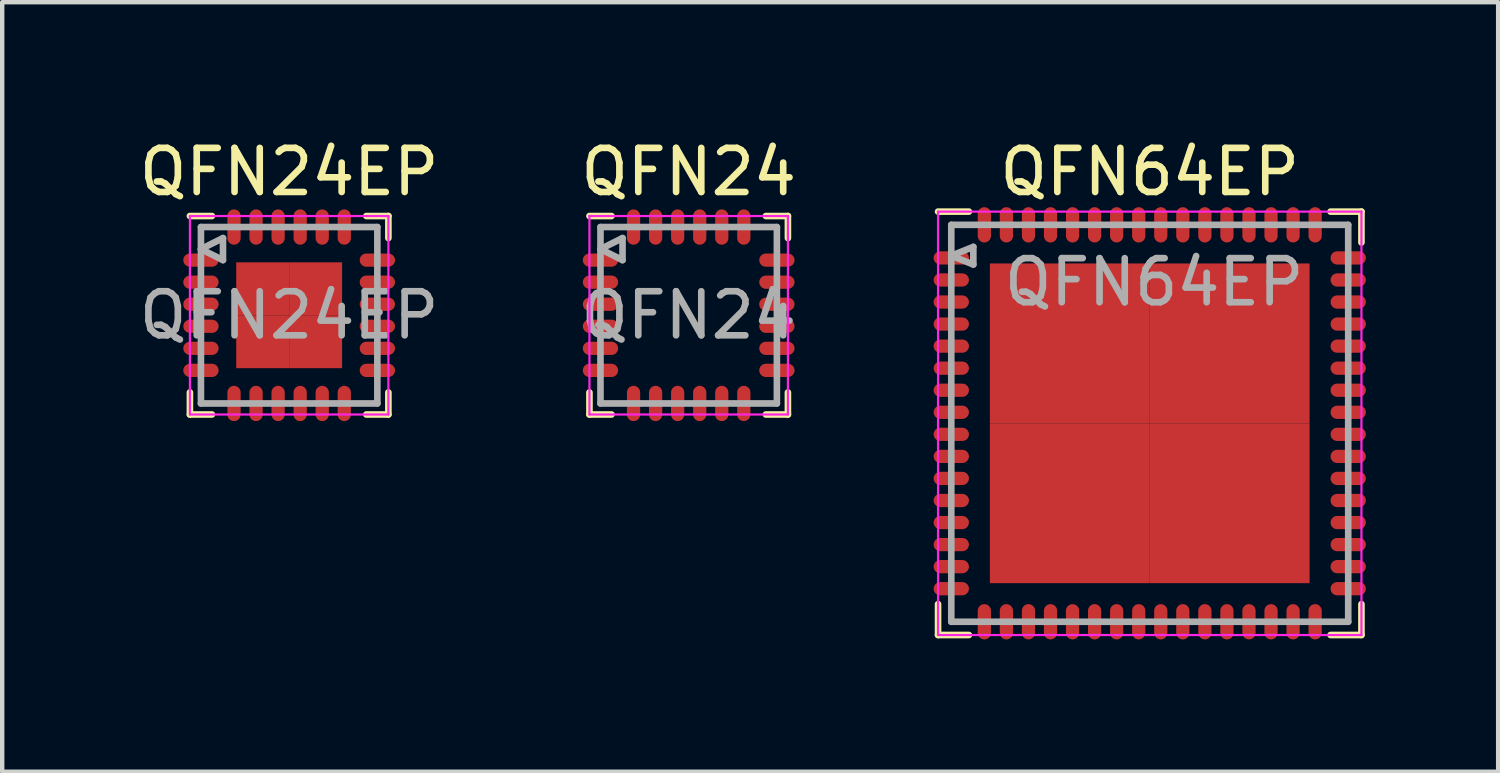
<source format=kicad_pcb>
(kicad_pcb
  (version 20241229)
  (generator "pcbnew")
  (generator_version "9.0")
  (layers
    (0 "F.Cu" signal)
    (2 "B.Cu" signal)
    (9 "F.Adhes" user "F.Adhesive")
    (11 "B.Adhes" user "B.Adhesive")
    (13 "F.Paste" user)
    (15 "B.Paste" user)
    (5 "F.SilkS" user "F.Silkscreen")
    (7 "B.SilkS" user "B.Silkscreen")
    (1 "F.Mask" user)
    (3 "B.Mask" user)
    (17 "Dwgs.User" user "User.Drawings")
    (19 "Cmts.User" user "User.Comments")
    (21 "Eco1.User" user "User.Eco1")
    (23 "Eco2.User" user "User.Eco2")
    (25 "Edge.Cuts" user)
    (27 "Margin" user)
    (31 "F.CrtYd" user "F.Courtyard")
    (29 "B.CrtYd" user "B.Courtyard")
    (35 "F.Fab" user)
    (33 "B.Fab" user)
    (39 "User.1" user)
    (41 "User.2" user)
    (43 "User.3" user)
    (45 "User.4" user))
  (footprint "QFN24EP"
    (layer "F.Cu")
    (at 3.506 4.098)
    (property "Reference" "QFN24EP" (at 0 -3.25 0) (layer "F.SilkS") (effects (font (size 1 1) (thickness 0.15))))
    (attr smd)
    (fp_line (start -2.25 -2.25) (end -1.75 -2.25) (stroke (width 0.15) (type solid)) (layer "F.SilkS"))
    (fp_line (start -2.25 2.25) (end -2.25 1.75) (stroke (width 0.15) (type solid)) (layer "F.SilkS"))
    (fp_line (start -2.25 2.25) (end -1.75 2.25) (stroke (width 0.15) (type solid)) (layer "F.SilkS"))
    (fp_line (start 2.25 -2.25) (end 1.75 -2.25) (stroke (width 0.15) (type solid)) (layer "F.SilkS"))
    (fp_line (start 2.25 -2.25) (end 2.25 -1.75) (stroke (width 0.15) (type solid)) (layer "F.SilkS"))
    (fp_line (start 2.25 2.25) (end 1.75 2.25) (stroke (width 0.15) (type solid)) (layer "F.SilkS"))
    (fp_line (start 2.25 2.25) (end 2.25 1.75) (stroke (width 0.15) (type solid)) (layer "F.SilkS"))
    (fp_line (start -2.25 -2.25) (end -2.25 2.25) (stroke (width 0.05) (type solid)) (layer "F.CrtYd"))
    (fp_line (start -2.25 -2.25) (end 2.25 -2.25) (stroke (width 0.05) (type solid)) (layer "F.CrtYd"))
    (fp_line (start -2.25 2.25) (end 2.25 2.25) (stroke (width 0.05) (type solid)) (layer "F.CrtYd"))
    (fp_line (start 2.25 -2.25) (end 2.25 2.25) (stroke (width 0.05) (type solid)) (layer "F.CrtYd"))
    (fp_line (start -2 -2) (end -2 2) (stroke (width 0.15) (type solid)) (layer "F.Fab"))
    (fp_line (start -2 -1.5) (end -1.5 -1.75) (stroke (width 0.15) (type solid)) (layer "F.Fab"))
    (fp_line (start -2 2) (end 2 2) (stroke (width 0.15) (type solid)) (layer "F.Fab"))
    (fp_line (start -1.5 -1.75) (end -1.5 -1.25) (stroke (width 0.15) (type solid)) (layer "F.Fab"))
    (fp_line (start -1.5 -1.25) (end -2 -1.5) (stroke (width 0.15) (type solid)) (layer "F.Fab"))
    (fp_line (start 2 -2) (end -2 -2) (stroke (width 0.15) (type solid)) (layer "F.Fab"))
    (fp_line (start 2 2) (end 2 -2) (stroke (width 0.15) (type solid)) (layer "F.Fab"))
    (fp_text user "${REFERENCE}" (at 0 0 0) (layer "F.Fab") (effects (font (size 1 1) (thickness 0.15))))
    (pad "1" smd oval (at -2 -1.25) (size 0.8 0.3) (layers "F.Cu" "F.Mask" "F.Paste"))
    (pad "2" smd oval (at -2 -0.75) (size 0.8 0.3) (layers "F.Cu" "F.Mask" "F.Paste"))
    (pad "3" smd oval (at -2 -0.25) (size 0.8 0.3) (layers "F.Cu" "F.Mask" "F.Paste"))
    (pad "4" smd oval (at -2 0.25) (size 0.8 0.3) (layers "F.Cu" "F.Mask" "F.Paste"))
    (pad "5" smd oval (at -2 0.75) (size 0.8 0.3) (layers "F.Cu" "F.Mask" "F.Paste"))
    (pad "6" smd oval (at -2 1.25) (size 0.8 0.3) (layers "F.Cu" "F.Mask" "F.Paste"))
    (pad "7" smd oval (at -1.25 2) (size 0.3 0.8) (layers "F.Cu" "F.Mask" "F.Paste"))
    (pad "8" smd oval (at -0.75 2) (size 0.3 0.8) (layers "F.Cu" "F.Mask" "F.Paste"))
    (pad "9" smd oval (at -0.25 2) (size 0.3 0.8) (layers "F.Cu" "F.Mask" "F.Paste"))
    (pad "10" smd oval (at 0.25 2) (size 0.3 0.8) (layers "F.Cu" "F.Mask" "F.Paste"))
    (pad "11" smd oval (at 0.75 2) (size 0.3 0.8) (layers "F.Cu" "F.Mask" "F.Paste"))
    (pad "12" smd oval (at 1.25 2) (size 0.3 0.8) (layers "F.Cu" "F.Mask" "F.Paste"))
    (pad "13" smd oval (at 2 1.25) (size 0.8 0.3) (layers "F.Cu" "F.Mask" "F.Paste"))
    (pad "14" smd oval (at 2 0.75) (size 0.8 0.3) (layers "F.Cu" "F.Mask" "F.Paste"))
    (pad "15" smd oval (at 2 0.25) (size 0.8 0.3) (layers "F.Cu" "F.Mask" "F.Paste"))
    (pad "16" smd oval (at 2 -0.25) (size 0.8 0.3) (layers "F.Cu" "F.Mask" "F.Paste"))
    (pad "17" smd oval (at 2 -0.75) (size 0.8 0.3) (layers "F.Cu" "F.Mask" "F.Paste"))
    (pad "18" smd oval (at 2 -1.25) (size 0.8 0.3) (layers "F.Cu" "F.Mask" "F.Paste"))
    (pad "19" smd oval (at 1.25 -2) (size 0.3 0.8) (layers "F.Cu" "F.Mask" "F.Paste"))
    (pad "20" smd oval (at 0.75 -2) (size 0.3 0.8) (layers "F.Cu" "F.Mask" "F.Paste"))
    (pad "21" smd oval (at 0.25 -2) (size 0.3 0.8) (layers "F.Cu" "F.Mask" "F.Paste"))
    (pad "22" smd oval (at -0.25 -2) (size 0.3 0.8) (layers "F.Cu" "F.Mask" "F.Paste"))
    (pad "23" smd oval (at -0.75 -2) (size 0.3 0.8) (layers "F.Cu" "F.Mask" "F.Paste"))
    (pad "24" smd oval (at -1.25 -2) (size 0.3 0.8) (layers "F.Cu" "F.Mask" "F.Paste"))
    (pad "25" smd rect (at -0.6 -0.6) (size 1.2 1.2) (layers "F.Cu" "F.Mask" "F.Paste"))
    (pad "25" smd rect (at -0.6 0.6) (size 1.2 1.2) (layers "F.Cu" "F.Mask" "F.Paste"))
    (pad "25" smd rect (at 0.6 -0.6) (size 1.2 1.2) (layers "F.Cu" "F.Mask" "F.Paste"))
    (pad "25" smd rect (at 0.6 0.6) (size 1.2 1.2) (layers "F.Cu" "F.Mask" "F.Paste")))
  (footprint "QFN24"
    (layer "F.Cu")
    (at 12.565 4.098)
    (property "Reference" "QFN24" (at 0 -3.25 0) (layer "F.SilkS") (effects (font (size 1 1) (thickness 0.15))))
    (attr smd)
    (fp_line (start -2.25 -2.25) (end -1.75 -2.25) (stroke (width 0.15) (type solid)) (layer "F.SilkS"))
    (fp_line (start -2.25 2.25) (end -2.25 1.75) (stroke (width 0.15) (type solid)) (layer "F.SilkS"))
    (fp_line (start -2.25 2.25) (end -1.75 2.25) (stroke (width 0.15) (type solid)) (layer "F.SilkS"))
    (fp_line (start 2.25 -2.25) (end 1.75 -2.25) (stroke (width 0.15) (type solid)) (layer "F.SilkS"))
    (fp_line (start 2.25 -2.25) (end 2.25 -1.75) (stroke (width 0.15) (type solid)) (layer "F.SilkS"))
    (fp_line (start 2.25 2.25) (end 1.75 2.25) (stroke (width 0.15) (type solid)) (layer "F.SilkS"))
    (fp_line (start 2.25 2.25) (end 2.25 1.75) (stroke (width 0.15) (type solid)) (layer "F.SilkS"))
    (fp_line (start -2.25 -2.25) (end -2.25 2.25) (stroke (width 0.05) (type solid)) (layer "F.CrtYd"))
    (fp_line (start -2.25 -2.25) (end 2.25 -2.25) (stroke (width 0.05) (type solid)) (layer "F.CrtYd"))
    (fp_line (start -2.25 2.25) (end 2.25 2.25) (stroke (width 0.05) (type solid)) (layer "F.CrtYd"))
    (fp_line (start 2.25 -2.25) (end 2.25 2.25) (stroke (width 0.05) (type solid)) (layer "F.CrtYd"))
    (fp_line (start -2 -2) (end -2 2) (stroke (width 0.15) (type solid)) (layer "F.Fab"))
    (fp_line (start -2 -1.5) (end -1.5 -1.75) (stroke (width 0.15) (type solid)) (layer "F.Fab"))
    (fp_line (start -2 2) (end 2 2) (stroke (width 0.15) (type solid)) (layer "F.Fab"))
    (fp_line (start -1.5 -1.75) (end -1.5 -1.25) (stroke (width 0.15) (type solid)) (layer "F.Fab"))
    (fp_line (start -1.5 -1.25) (end -2 -1.5) (stroke (width 0.15) (type solid)) (layer "F.Fab"))
    (fp_line (start 2 -2) (end -2 -2) (stroke (width 0.15) (type solid)) (layer "F.Fab"))
    (fp_line (start 2 2) (end 2 -2) (stroke (width 0.15) (type solid)) (layer "F.Fab"))
    (fp_text user "${REFERENCE}" (at 0 0 0) (layer "F.Fab") (effects (font (size 1 1) (thickness 0.15))))
    (pad "1" smd oval (at -2 -1.25) (size 0.8 0.3) (layers "F.Cu" "F.Mask" "F.Paste"))
    (pad "2" smd oval (at -2 -0.75) (size 0.8 0.3) (layers "F.Cu" "F.Mask" "F.Paste"))
    (pad "3" smd oval (at -2 -0.25) (size 0.8 0.3) (layers "F.Cu" "F.Mask" "F.Paste"))
    (pad "4" smd oval (at -2 0.25) (size 0.8 0.3) (layers "F.Cu" "F.Mask" "F.Paste"))
    (pad "5" smd oval (at -2 0.75) (size 0.8 0.3) (layers "F.Cu" "F.Mask" "F.Paste"))
    (pad "6" smd oval (at -2 1.25) (size 0.8 0.3) (layers "F.Cu" "F.Mask" "F.Paste"))
    (pad "7" smd oval (at -1.25 2) (size 0.3 0.8) (layers "F.Cu" "F.Mask" "F.Paste"))
    (pad "8" smd oval (at -0.75 2) (size 0.3 0.8) (layers "F.Cu" "F.Mask" "F.Paste"))
    (pad "9" smd oval (at -0.25 2) (size 0.3 0.8) (layers "F.Cu" "F.Mask" "F.Paste"))
    (pad "10" smd oval (at 0.25 2) (size 0.3 0.8) (layers "F.Cu" "F.Mask" "F.Paste"))
    (pad "11" smd oval (at 0.75 2) (size 0.3 0.8) (layers "F.Cu" "F.Mask" "F.Paste"))
    (pad "12" smd oval (at 1.25 2) (size 0.3 0.8) (layers "F.Cu" "F.Mask" "F.Paste"))
    (pad "13" smd oval (at 2 1.25) (size 0.8 0.3) (layers "F.Cu" "F.Mask" "F.Paste"))
    (pad "14" smd oval (at 2 0.75) (size 0.8 0.3) (layers "F.Cu" "F.Mask" "F.Paste"))
    (pad "15" smd oval (at 2 0.25) (size 0.8 0.3) (layers "F.Cu" "F.Mask" "F.Paste"))
    (pad "16" smd oval (at 2 -0.25) (size 0.8 0.3) (layers "F.Cu" "F.Mask" "F.Paste"))
    (pad "17" smd oval (at 2 -0.75) (size 0.8 0.3) (layers "F.Cu" "F.Mask" "F.Paste"))
    (pad "18" smd oval (at 2 -1.25) (size 0.8 0.3) (layers "F.Cu" "F.Mask" "F.Paste"))
    (pad "19" smd oval (at 1.25 -2) (size 0.3 0.8) (layers "F.Cu" "F.Mask" "F.Paste"))
    (pad "20" smd oval (at 0.75 -2) (size 0.3 0.8) (layers "F.Cu" "F.Mask" "F.Paste"))
    (pad "21" smd oval (at 0.25 -2) (size 0.3 0.8) (layers "F.Cu" "F.Mask" "F.Paste"))
    (pad "22" smd oval (at -0.25 -2) (size 0.3 0.8) (layers "F.Cu" "F.Mask" "F.Paste"))
    (pad "23" smd oval (at -0.75 -2) (size 0.3 0.8) (layers "F.Cu" "F.Mask" "F.Paste"))
    (pad "24" smd oval (at -1.25 -2) (size 0.3 0.8) (layers "F.Cu" "F.Mask" "F.Paste")))
  (footprint "QFN64EP"
    (layer "F.Cu")
    (at 23.019 6.548)
    (property "Reference" "QFN64EP" (at 0 -5.7 0) (layer "F.SilkS") (effects (font (size 1 1) (thickness 0.15))))
    (attr smd)
    (fp_line (start -4.8 -4.8) (end -4.1 -4.8) (stroke (width 0.15) (type solid)) (layer "F.SilkS"))
    (fp_line (start -4.8 4.8) (end -4.8 4.1) (stroke (width 0.15) (type solid)) (layer "F.SilkS"))
    (fp_line (start -4.8 4.8) (end -4.1 4.8) (stroke (width 0.15) (type solid)) (layer "F.SilkS"))
    (fp_line (start 4.8 -4.8) (end 4.1 -4.8) (stroke (width 0.15) (type solid)) (layer "F.SilkS"))
    (fp_line (start 4.8 -4.8) (end 4.8 -4.1) (stroke (width 0.15) (type solid)) (layer "F.SilkS"))
    (fp_line (start 4.8 4.1) (end 4.8 4.8) (stroke (width 0.15) (type solid)) (layer "F.SilkS"))
    (fp_line (start 4.8 4.8) (end 4.1 4.8) (stroke (width 0.15) (type solid)) (layer "F.SilkS"))
    (fp_line (start -4.8 -4.8) (end -4.8 4.8) (stroke (width 0.05) (type solid)) (layer "F.CrtYd"))
    (fp_line (start -4.8 -4.8) (end 4.8 -4.8) (stroke (width 0.05) (type solid)) (layer "F.CrtYd"))
    (fp_line (start -4.8 4.8) (end 4.8 4.8) (stroke (width 0.05) (type solid)) (layer "F.CrtYd"))
    (fp_line (start 4.8 -4.8) (end 4.8 4.8) (stroke (width 0.05) (type solid)) (layer "F.CrtYd"))
    (fp_line (start -4.5 -4.5) (end -4.5 4.5) (stroke (width 0.15) (type solid)) (layer "F.Fab"))
    (fp_line (start -4.5 -3.8) (end -4 -4) (stroke (width 0.15) (type solid)) (layer "F.Fab"))
    (fp_line (start -4.5 4.5) (end 4.5 4.5) (stroke (width 0.15) (type solid)) (layer "F.Fab"))
    (fp_line (start -4 -4) (end -4 -3.6) (stroke (width 0.15) (type solid)) (layer "F.Fab"))
    (fp_line (start -4 -3.6) (end -4.5 -3.8) (stroke (width 0.15) (type solid)) (layer "F.Fab"))
    (fp_line (start 4.5 -4.5) (end -4.5 -4.5) (stroke (width 0.15) (type solid)) (layer "F.Fab"))
    (fp_line (start 4.5 4.5) (end 4.5 -4.5) (stroke (width 0.15) (type solid)) (layer "F.Fab"))
    (fp_text user "${REFERENCE}" (at 0.1 -3.2 0) (layer "F.Fab") (effects (font (size 1 1) (thickness 0.15))))
    (pad "1" smd oval (at -4.5 -3.75) (size 0.8 0.3) (layers "F.Cu" "F.Mask" "F.Paste"))
    (pad "2" smd oval (at -4.5 -3.25) (size 0.8 0.3) (layers "F.Cu" "F.Mask" "F.Paste"))
    (pad "3" smd oval (at -4.5 -2.75) (size 0.8 0.3) (layers "F.Cu" "F.Mask" "F.Paste"))
    (pad "4" smd oval (at -4.5 -2.25) (size 0.8 0.3) (layers "F.Cu" "F.Mask" "F.Paste"))
    (pad "5" smd oval (at -4.5 -1.75) (size 0.8 0.3) (layers "F.Cu" "F.Mask" "F.Paste"))
    (pad "6" smd oval (at -4.5 -1.25) (size 0.8 0.3) (layers "F.Cu" "F.Mask" "F.Paste"))
    (pad "7" smd oval (at -4.5 -0.75) (size 0.8 0.3) (layers "F.Cu" "F.Mask" "F.Paste"))
    (pad "8" smd oval (at -4.5 -0.25) (size 0.8 0.3) (layers "F.Cu" "F.Mask" "F.Paste"))
    (pad "9" smd oval (at -4.5 0.25) (size 0.8 0.3) (layers "F.Cu" "F.Mask" "F.Paste"))
    (pad "10" smd oval (at -4.5 0.75) (size 0.8 0.3) (layers "F.Cu" "F.Mask" "F.Paste"))
    (pad "11" smd oval (at -4.5 1.25) (size 0.8 0.3) (layers "F.Cu" "F.Mask" "F.Paste"))
    (pad "12" smd oval (at -4.5 1.75) (size 0.8 0.3) (layers "F.Cu" "F.Mask" "F.Paste"))
    (pad "13" smd oval (at -4.5 2.25) (size 0.8 0.3) (layers "F.Cu" "F.Mask" "F.Paste"))
    (pad "14" smd oval (at -4.5 2.75) (size 0.8 0.3) (layers "F.Cu" "F.Mask" "F.Paste"))
    (pad "15" smd oval (at -4.5 3.25) (size 0.8 0.3) (layers "F.Cu" "F.Mask" "F.Paste"))
    (pad "16" smd oval (at -4.5 3.75) (size 0.8 0.3) (layers "F.Cu" "F.Mask" "F.Paste"))
    (pad "17" smd oval (at -3.75 4.5) (size 0.3 0.8) (layers "F.Cu" "F.Mask" "F.Paste"))
    (pad "18" smd oval (at -3.25 4.5) (size 0.3 0.8) (layers "F.Cu" "F.Mask" "F.Paste"))
    (pad "19" smd oval (at -2.75 4.5) (size 0.3 0.8) (layers "F.Cu" "F.Mask" "F.Paste"))
    (pad "20" smd oval (at -2.25 4.5) (size 0.3 0.8) (layers "F.Cu" "F.Mask" "F.Paste"))
    (pad "21" smd oval (at -1.75 4.5) (size 0.3 0.8) (layers "F.Cu" "F.Mask" "F.Paste"))
    (pad "22" smd oval (at -1.25 4.5) (size 0.3 0.8) (layers "F.Cu" "F.Mask" "F.Paste"))
    (pad "23" smd oval (at -0.75 4.5) (size 0.3 0.8) (layers "F.Cu" "F.Mask" "F.Paste"))
    (pad "24" smd oval (at -0.25 4.5) (size 0.3 0.8) (layers "F.Cu" "F.Mask" "F.Paste"))
    (pad "25" smd oval (at 0.25 4.5) (size 0.3 0.8) (layers "F.Cu" "F.Mask" "F.Paste"))
    (pad "26" smd oval (at 0.75 4.5) (size 0.3 0.8) (layers "F.Cu" "F.Mask" "F.Paste"))
    (pad "27" smd oval (at 1.25 4.5) (size 0.3 0.8) (layers "F.Cu" "F.Mask" "F.Paste"))
    (pad "28" smd oval (at 1.75 4.5) (size 0.3 0.8) (layers "F.Cu" "F.Mask" "F.Paste"))
    (pad "29" smd oval (at 2.25 4.5) (size 0.3 0.8) (layers "F.Cu" "F.Mask" "F.Paste"))
    (pad "30" smd oval (at 2.75 4.5) (size 0.3 0.8) (layers "F.Cu" "F.Mask" "F.Paste"))
    (pad "31" smd oval (at 3.25 4.5) (size 0.3 0.8) (layers "F.Cu" "F.Mask" "F.Paste"))
    (pad "32" smd oval (at 3.75 4.5) (size 0.3 0.8) (layers "F.Cu" "F.Mask" "F.Paste"))
    (pad "33" smd oval (at 4.5 3.75) (size 0.8 0.3) (layers "F.Cu" "F.Mask" "F.Paste"))
    (pad "34" smd oval (at 4.5 3.25) (size 0.8 0.3) (layers "F.Cu" "F.Mask" "F.Paste"))
    (pad "35" smd oval (at 4.5 2.75) (size 0.8 0.3) (layers "F.Cu" "F.Mask" "F.Paste"))
    (pad "36" smd oval (at 4.5 2.25) (size 0.8 0.3) (layers "F.Cu" "F.Mask" "F.Paste"))
    (pad "37" smd oval (at 4.5 1.75) (size 0.8 0.3) (layers "F.Cu" "F.Mask" "F.Paste"))
    (pad "38" smd oval (at 4.5 1.25) (size 0.8 0.3) (layers "F.Cu" "F.Mask" "F.Paste"))
    (pad "39" smd oval (at 4.5 0.75) (size 0.8 0.3) (layers "F.Cu" "F.Mask" "F.Paste"))
    (pad "40" smd oval (at 4.5 0.25) (size 0.8 0.3) (layers "F.Cu" "F.Mask" "F.Paste"))
    (pad "41" smd oval (at 4.5 -0.25) (size 0.8 0.3) (layers "F.Cu" "F.Mask" "F.Paste"))
    (pad "42" smd oval (at 4.5 -0.75) (size 0.8 0.3) (layers "F.Cu" "F.Mask" "F.Paste"))
    (pad "43" smd oval (at 4.5 -1.25) (size 0.8 0.3) (layers "F.Cu" "F.Mask" "F.Paste"))
    (pad "44" smd oval (at 4.5 -1.75) (size 0.8 0.3) (layers "F.Cu" "F.Mask" "F.Paste"))
    (pad "45" smd oval (at 4.5 -2.25) (size 0.8 0.3) (layers "F.Cu" "F.Mask" "F.Paste"))
    (pad "46" smd oval (at 4.5 -2.75) (size 0.8 0.3) (layers "F.Cu" "F.Mask" "F.Paste"))
    (pad "47" smd oval (at 4.5 -3.25) (size 0.8 0.3) (layers "F.Cu" "F.Mask" "F.Paste"))
    (pad "48" smd oval (at 4.5 -3.75) (size 0.8 0.3) (layers "F.Cu" "F.Mask" "F.Paste"))
    (pad "49" smd oval (at 3.75 -4.5) (size 0.3 0.8) (layers "F.Cu" "F.Mask" "F.Paste"))
    (pad "50" smd oval (at 3.25 -4.5) (size 0.3 0.8) (layers "F.Cu" "F.Mask" "F.Paste"))
    (pad "51" smd oval (at 2.75 -4.5) (size 0.3 0.8) (layers "F.Cu" "F.Mask" "F.Paste"))
    (pad "52" smd oval (at 2.25 -4.5) (size 0.3 0.8) (layers "F.Cu" "F.Mask" "F.Paste"))
    (pad "53" smd oval (at 1.75 -4.5) (size 0.3 0.8) (layers "F.Cu" "F.Mask" "F.Paste"))
    (pad "54" smd oval (at 1.25 -4.5) (size 0.3 0.8) (layers "F.Cu" "F.Mask" "F.Paste"))
    (pad "55" smd oval (at 0.75 -4.5) (size 0.3 0.8) (layers "F.Cu" "F.Mask" "F.Paste"))
    (pad "56" smd oval (at 0.25 -4.5) (size 0.3 0.8) (layers "F.Cu" "F.Mask" "F.Paste"))
    (pad "57" smd oval (at -0.25 -4.5) (size 0.3 0.8) (layers "F.Cu" "F.Mask" "F.Paste"))
    (pad "58" smd oval (at -0.75 -4.5) (size 0.3 0.8) (layers "F.Cu" "F.Mask" "F.Paste"))
    (pad "59" smd oval (at -1.25 -4.5) (size 0.3 0.8) (layers "F.Cu" "F.Mask" "F.Paste"))
    (pad "60" smd oval (at -1.75 -4.5) (size 0.3 0.8) (layers "F.Cu" "F.Mask" "F.Paste"))
    (pad "61" smd oval (at -2.25 -4.5) (size 0.3 0.8) (layers "F.Cu" "F.Mask" "F.Paste"))
    (pad "62" smd oval (at -2.75 -4.5) (size 0.3 0.8) (layers "F.Cu" "F.Mask" "F.Paste"))
    (pad "63" smd oval (at -3.25 -4.5) (size 0.3 0.8) (layers "F.Cu" "F.Mask" "F.Paste"))
    (pad "64" smd oval (at -3.75 -4.5) (size 0.3 0.8) (layers "F.Cu" "F.Mask" "F.Paste"))
    (pad "65" smd rect (at -1.812 -1.812) (size 3.625 3.625) (layers "F.Cu" "F.Mask" "F.Paste"))
    (pad "65" smd rect (at -1.812 1.812) (size 3.625 3.625) (layers "F.Cu" "F.Mask" "F.Paste"))
    (pad "65" smd rect (at 1.812 -1.812) (size 3.625 3.625) (layers "F.Cu" "F.Mask" "F.Paste"))
    (pad "65" smd rect (at 1.812 1.812) (size 3.625 3.625) (layers "F.Cu" "F.Mask" "F.Paste")))
  (gr_rect
    (start -3 -3)
    (end 30.919 14.448)
    (stroke (width 0.1) (type default))
    (fill no)
    (layer "Edge.Cuts")))
</source>
